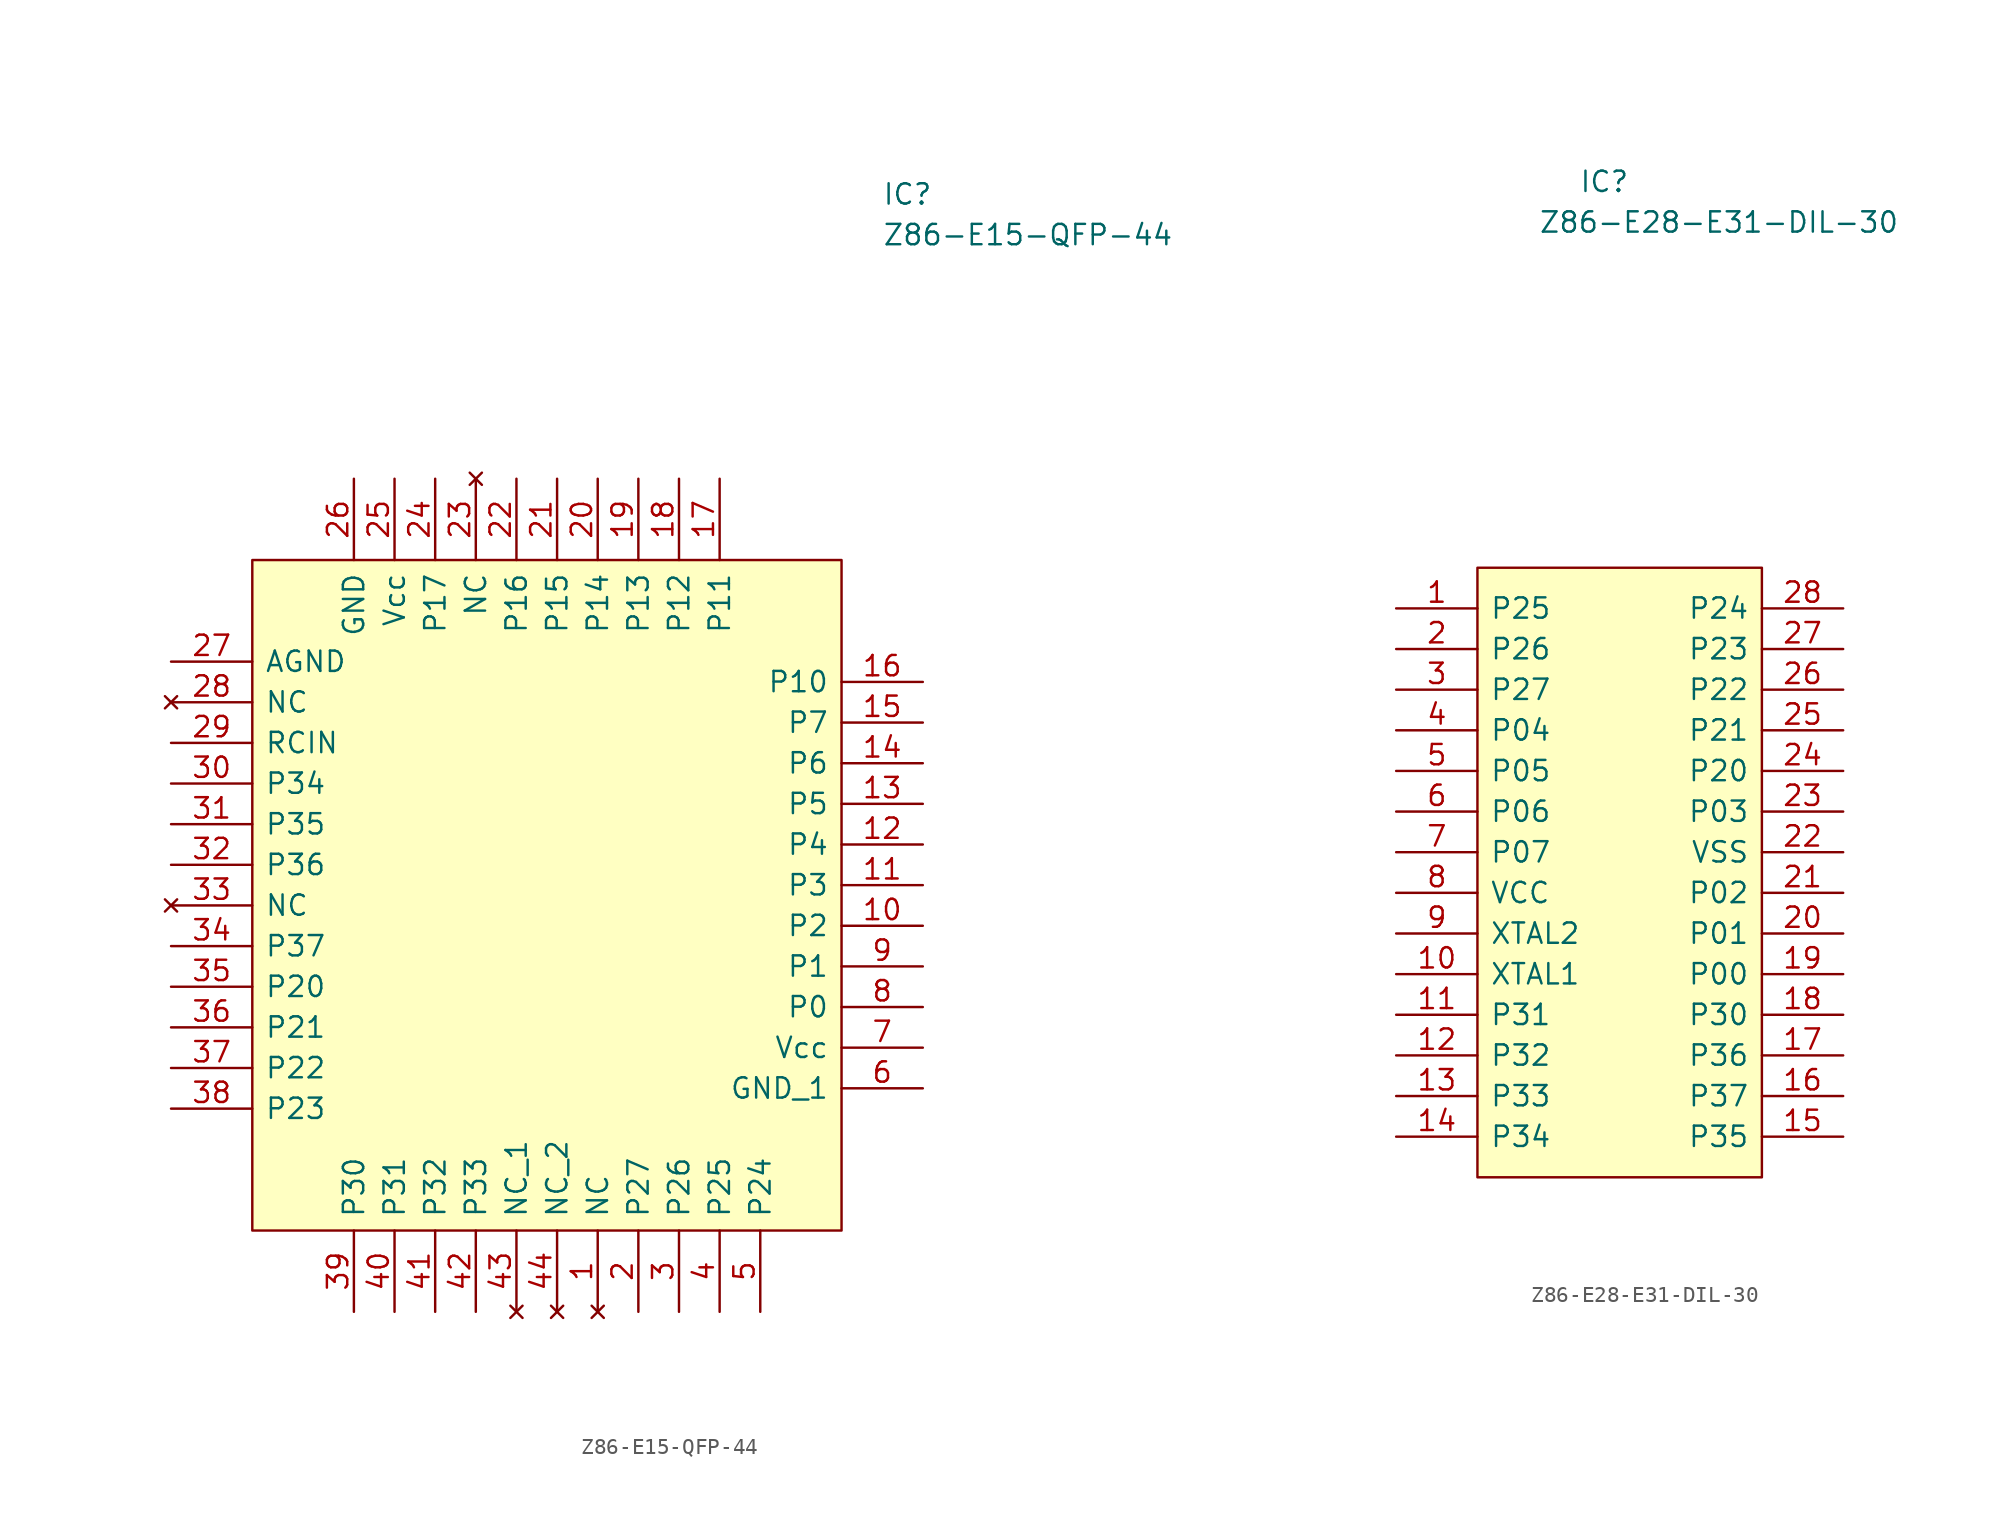
<source format=kicad_sym>
(kicad_symbol_lib
  (version 20211014)
  (generator kicad_symbol_editor)
  (symbol "Z86-E15-QFP-44"
    (pin_names
      (offset 0.762))
    (property "Reference" "IC"
      (at 39.37 22.86 0)
      (effects (font (size 1.27 1.27)) (justify left)))
    (property "Value" "Z86-E15-QFP-44"
      (at 39.37 20.32 0)
      (effects (font (size 1.27 1.27)) (justify left)))
    (symbol "Z86-E15-QFP-44_0_0"
      (pin no_connect line (at 21.59 -46.99 90) (length 5.08) (name "NC" (effects (font (size 1.27 1.27)))) (number "1" (effects (font (size 1.27 1.27)))))
      (pin output line (at 41.91 -22.86 180) (length 5.08) (name "P2" (effects (font (size 1.27 1.27)))) (number "10" (effects (font (size 1.27 1.27)))))
      (pin output line (at 41.91 -20.32 180) (length 5.08) (name "P3" (effects (font (size 1.27 1.27)))) (number "11" (effects (font (size 1.27 1.27)))))
      (pin output line (at 41.91 -17.78 180) (length 5.08) (name "P4" (effects (font (size 1.27 1.27)))) (number "12" (effects (font (size 1.27 1.27)))))
      (pin output line (at 41.91 -15.24 180) (length 5.08) (name "P5" (effects (font (size 1.27 1.27)))) (number "13" (effects (font (size 1.27 1.27)))))
      (pin output line (at 41.91 -12.7 180) (length 5.08) (name "P6" (effects (font (size 1.27 1.27)))) (number "14" (effects (font (size 1.27 1.27)))))
      (pin output line (at 41.91 -10.16 180) (length 5.08) (name "P7" (effects (font (size 1.27 1.27)))) (number "15" (effects (font (size 1.27 1.27)))))
      (pin output line (at 41.91 -7.62 180) (length 5.08) (name "P10" (effects (font (size 1.27 1.27)))) (number "16" (effects (font (size 1.27 1.27)))))
      (pin output line (at 29.21 5.08 270) (length 5.08) (name "P11" (effects (font (size 1.27 1.27)))) (number "17" (effects (font (size 1.27 1.27)))))
      (pin output line (at 26.67 5.08 270) (length 5.08) (name "P12" (effects (font (size 1.27 1.27)))) (number "18" (effects (font (size 1.27 1.27)))))
      (pin output line (at 24.13 5.08 270) (length 5.08) (name "P13" (effects (font (size 1.27 1.27)))) (number "19" (effects (font (size 1.27 1.27)))))
      (pin bidirectional line (at 24.13 -46.99 90) (length 5.08) (name "P27" (effects (font (size 1.27 1.27)))) (number "2" (effects (font (size 1.27 1.27)))))
      (pin output line (at 21.59 5.08 270) (length 5.08) (name "P14" (effects (font (size 1.27 1.27)))) (number "20" (effects (font (size 1.27 1.27)))))
      (pin output line (at 19.05 5.08 270) (length 5.08) (name "P15" (effects (font (size 1.27 1.27)))) (number "21" (effects (font (size 1.27 1.27)))))
      (pin output line (at 16.51 5.08 270) (length 5.08) (name "P16" (effects (font (size 1.27 1.27)))) (number "22" (effects (font (size 1.27 1.27)))))
      (pin no_connect line (at 13.97 5.08 270) (length 5.08) (name "NC" (effects (font (size 1.27 1.27)))) (number "23" (effects (font (size 1.27 1.27)))))
      (pin output line (at 11.43 5.08 270) (length 5.08) (name "P17" (effects (font (size 1.27 1.27)))) (number "24" (effects (font (size 1.27 1.27)))))
      (pin power_in line (at 8.89 5.08 270) (length 5.08) (name "Vcc" (effects (font (size 1.27 1.27)))) (number "25" (effects (font (size 1.27 1.27)))))
      (pin power_in line (at 6.35 5.08 270) (length 5.08) (name "GND" (effects (font (size 1.27 1.27)))) (number "26" (effects (font (size 1.27 1.27)))))
      (pin power_in line (at -5.08 -6.35 0) (length 5.08) (name "AGND" (effects (font (size 1.27 1.27)))) (number "27" (effects (font (size 1.27 1.27)))))
      (pin no_connect line (at -5.08 -8.89 0) (length 5.08) (name "NC" (effects (font (size 1.27 1.27)))) (number "28" (effects (font (size 1.27 1.27)))))
      (pin input line (at -5.08 -11.43 0) (length 5.08) (name "RCIN" (effects (font (size 1.27 1.27)))) (number "29" (effects (font (size 1.27 1.27)))))
      (pin bidirectional line (at 26.67 -46.99 90) (length 5.08) (name "P26" (effects (font (size 1.27 1.27)))) (number "3" (effects (font (size 1.27 1.27)))))
      (pin output line (at -5.08 -13.97 0) (length 5.08) (name "P34" (effects (font (size 1.27 1.27)))) (number "30" (effects (font (size 1.27 1.27)))))
      (pin output line (at -5.08 -16.51 0) (length 5.08) (name "P35" (effects (font (size 1.27 1.27)))) (number "31" (effects (font (size 1.27 1.27)))))
      (pin output line (at -5.08 -19.05 0) (length 5.08) (name "P36" (effects (font (size 1.27 1.27)))) (number "32" (effects (font (size 1.27 1.27)))))
      (pin no_connect line (at -5.08 -21.59 0) (length 5.08) (name "NC" (effects (font (size 1.27 1.27)))) (number "33" (effects (font (size 1.27 1.27)))))
      (pin output line (at -5.08 -24.13 0) (length 5.08) (name "P37" (effects (font (size 1.27 1.27)))) (number "34" (effects (font (size 1.27 1.27)))))
      (pin bidirectional line (at -5.08 -26.67 0) (length 5.08) (name "P20" (effects (font (size 1.27 1.27)))) (number "35" (effects (font (size 1.27 1.27)))))
      (pin bidirectional line (at -5.08 -29.21 0) (length 5.08) (name "P21" (effects (font (size 1.27 1.27)))) (number "36" (effects (font (size 1.27 1.27)))))
      (pin bidirectional line (at -5.08 -31.75 0) (length 5.08) (name "P22" (effects (font (size 1.27 1.27)))) (number "37" (effects (font (size 1.27 1.27)))))
      (pin bidirectional line (at -5.08 -34.29 0) (length 5.08) (name "P23" (effects (font (size 1.27 1.27)))) (number "38" (effects (font (size 1.27 1.27)))))
      (pin input line (at 6.35 -46.99 90) (length 5.08) (name "P30" (effects (font (size 1.27 1.27)))) (number "39" (effects (font (size 1.27 1.27)))))
      (pin bidirectional line (at 29.21 -46.99 90) (length 5.08) (name "P25" (effects (font (size 1.27 1.27)))) (number "4" (effects (font (size 1.27 1.27)))))
      (pin input line (at 8.89 -46.99 90) (length 5.08) (name "P31" (effects (font (size 1.27 1.27)))) (number "40" (effects (font (size 1.27 1.27)))))
      (pin input line (at 11.43 -46.99 90) (length 5.08) (name "P32" (effects (font (size 1.27 1.27)))) (number "41" (effects (font (size 1.27 1.27)))))
      (pin input line (at 13.97 -46.99 90) (length 5.08) (name "P33" (effects (font (size 1.27 1.27)))) (number "42" (effects (font (size 1.27 1.27)))))
      (pin no_connect line (at 16.51 -46.99 90) (length 5.08) (name "NC_1" (effects (font (size 1.27 1.27)))) (number "43" (effects (font (size 1.27 1.27)))))
      (pin no_connect line (at 19.05 -46.99 90) (length 5.08) (name "NC_2" (effects (font (size 1.27 1.27)))) (number "44" (effects (font (size 1.27 1.27)))))
      (pin bidirectional line (at 31.75 -46.99 90) (length 5.08) (name "P24" (effects (font (size 1.27 1.27)))) (number "5" (effects (font (size 1.27 1.27)))))
      (pin bidirectional line (at 41.91 -33.02 180) (length 5.08) (name "GND_1" (effects (font (size 1.27 1.27)))) (number "6" (effects (font (size 1.27 1.27)))))
      (pin bidirectional line (at 41.91 -30.48 180) (length 5.08) (name "Vcc" (effects (font (size 1.27 1.27)))) (number "7" (effects (font (size 1.27 1.27)))))
      (pin output line (at 41.91 -27.94 180) (length 5.08) (name "P0" (effects (font (size 1.27 1.27)))) (number "8" (effects (font (size 1.27 1.27)))))
      (pin output line (at 41.91 -25.4 180) (length 5.08) (name "P1" (effects (font (size 1.27 1.27)))) (number "9" (effects (font (size 1.27 1.27))))))
    (symbol "Z86-E15-QFP-44_0_1"
      (rectangle (start 0 0) (end 36.83 -41.91) (stroke (width 0) (type solid)) (fill (type background)))))
  (symbol "Z86-E28-E31-DIL-30"
    (pin_names
      (offset 0.762))
    (property "Reference" "IC"
      (at 6.35 24.13 0)
      (effects (font (size 1.27 1.27)) (justify left)))
    (property "Value" "Z86-E28-E31-DIL-30"
      (at 3.81 21.59 0)
      (effects (font (size 1.27 1.27)) (justify left)))
    (symbol "Z86-E28-E31-DIL-30_0_0"
      (pin bidirectional line (at -5.08 -2.54 0) (length 5.08) (name "P25" (effects (font (size 1.27 1.27)))) (number "1" (effects (font (size 1.27 1.27)))))
      (pin input line (at -5.08 -25.4 0) (length 5.08) (name "XTAL1" (effects (font (size 1.27 1.27)))) (number "10" (effects (font (size 1.27 1.27)))))
      (pin input line (at -5.08 -27.94 0) (length 5.08) (name "P31" (effects (font (size 1.27 1.27)))) (number "11" (effects (font (size 1.27 1.27)))))
      (pin input line (at -5.08 -30.48 0) (length 5.08) (name "P32" (effects (font (size 1.27 1.27)))) (number "12" (effects (font (size 1.27 1.27)))))
      (pin input line (at -5.08 -33.02 0) (length 5.08) (name "P33" (effects (font (size 1.27 1.27)))) (number "13" (effects (font (size 1.27 1.27)))))
      (pin output line (at -5.08 -35.56 0) (length 5.08) (name "P34" (effects (font (size 1.27 1.27)))) (number "14" (effects (font (size 1.27 1.27)))))
      (pin output line (at 22.86 -35.56 180) (length 5.08) (name "P35" (effects (font (size 1.27 1.27)))) (number "15" (effects (font (size 1.27 1.27)))))
      (pin output line (at 22.86 -33.02 180) (length 5.08) (name "P37" (effects (font (size 1.27 1.27)))) (number "16" (effects (font (size 1.27 1.27)))))
      (pin output line (at 22.86 -30.48 180) (length 5.08) (name "P36" (effects (font (size 1.27 1.27)))) (number "17" (effects (font (size 1.27 1.27)))))
      (pin input line (at 22.86 -27.94 180) (length 5.08) (name "P30" (effects (font (size 1.27 1.27)))) (number "18" (effects (font (size 1.27 1.27)))))
      (pin bidirectional line (at 22.86 -25.4 180) (length 5.08) (name "P00" (effects (font (size 1.27 1.27)))) (number "19" (effects (font (size 1.27 1.27)))))
      (pin bidirectional line (at -5.08 -5.08 0) (length 5.08) (name "P26" (effects (font (size 1.27 1.27)))) (number "2" (effects (font (size 1.27 1.27)))))
      (pin bidirectional line (at 22.86 -22.86 180) (length 5.08) (name "P01" (effects (font (size 1.27 1.27)))) (number "20" (effects (font (size 1.27 1.27)))))
      (pin bidirectional line (at 22.86 -20.32 180) (length 5.08) (name "P02" (effects (font (size 1.27 1.27)))) (number "21" (effects (font (size 1.27 1.27)))))
      (pin power_in line (at 22.86 -17.78 180) (length 5.08) (name "VSS" (effects (font (size 1.27 1.27)))) (number "22" (effects (font (size 1.27 1.27)))))
      (pin bidirectional line (at 22.86 -15.24 180) (length 5.08) (name "P03" (effects (font (size 1.27 1.27)))) (number "23" (effects (font (size 1.27 1.27)))))
      (pin bidirectional line (at 22.86 -12.7 180) (length 5.08) (name "P20" (effects (font (size 1.27 1.27)))) (number "24" (effects (font (size 1.27 1.27)))))
      (pin bidirectional line (at 22.86 -10.16 180) (length 5.08) (name "P21" (effects (font (size 1.27 1.27)))) (number "25" (effects (font (size 1.27 1.27)))))
      (pin bidirectional line (at 22.86 -7.62 180) (length 5.08) (name "P22" (effects (font (size 1.27 1.27)))) (number "26" (effects (font (size 1.27 1.27)))))
      (pin bidirectional line (at 22.86 -5.08 180) (length 5.08) (name "P23" (effects (font (size 1.27 1.27)))) (number "27" (effects (font (size 1.27 1.27)))))
      (pin bidirectional line (at 22.86 -2.54 180) (length 5.08) (name "P24" (effects (font (size 1.27 1.27)))) (number "28" (effects (font (size 1.27 1.27)))))
      (pin bidirectional line (at -5.08 -7.62 0) (length 5.08) (name "P27" (effects (font (size 1.27 1.27)))) (number "3" (effects (font (size 1.27 1.27)))))
      (pin bidirectional line (at -5.08 -10.16 0) (length 5.08) (name "P04" (effects (font (size 1.27 1.27)))) (number "4" (effects (font (size 1.27 1.27)))))
      (pin bidirectional line (at -5.08 -12.7 0) (length 5.08) (name "P05" (effects (font (size 1.27 1.27)))) (number "5" (effects (font (size 1.27 1.27)))))
      (pin bidirectional line (at -5.08 -15.24 0) (length 5.08) (name "P06" (effects (font (size 1.27 1.27)))) (number "6" (effects (font (size 1.27 1.27)))))
      (pin bidirectional line (at -5.08 -17.78 0) (length 5.08) (name "P07" (effects (font (size 1.27 1.27)))) (number "7" (effects (font (size 1.27 1.27)))))
      (pin power_in line (at -5.08 -20.32 0) (length 5.08) (name "VCC" (effects (font (size 1.27 1.27)))) (number "8" (effects (font (size 1.27 1.27)))))
      (pin output line (at -5.08 -22.86 0) (length 5.08) (name "XTAL2" (effects (font (size 1.27 1.27)))) (number "9" (effects (font (size 1.27 1.27))))))
    (symbol "Z86-E28-E31-DIL-30_0_1"
      (polyline (pts (xy 0 0) (xy 17.78 0) (xy 17.78 -38.1) (xy 0 -38.1) (xy 0 0)) (stroke (width 0.152) (type solid)) (fill (type background))))))
</source>
